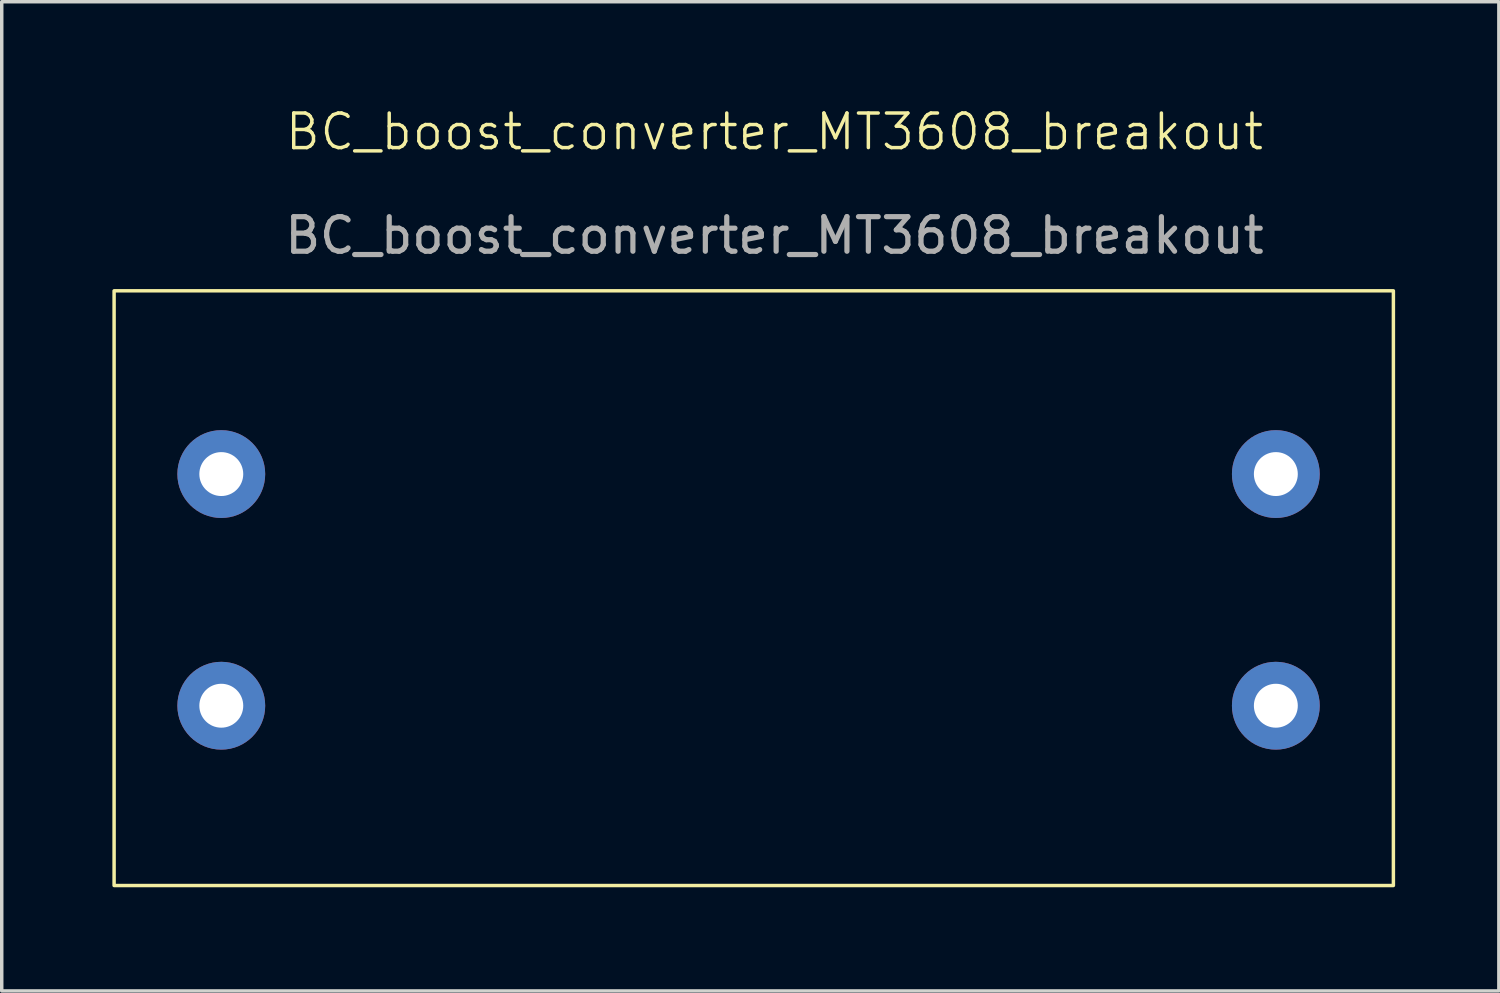
<source format=kicad_pcb>
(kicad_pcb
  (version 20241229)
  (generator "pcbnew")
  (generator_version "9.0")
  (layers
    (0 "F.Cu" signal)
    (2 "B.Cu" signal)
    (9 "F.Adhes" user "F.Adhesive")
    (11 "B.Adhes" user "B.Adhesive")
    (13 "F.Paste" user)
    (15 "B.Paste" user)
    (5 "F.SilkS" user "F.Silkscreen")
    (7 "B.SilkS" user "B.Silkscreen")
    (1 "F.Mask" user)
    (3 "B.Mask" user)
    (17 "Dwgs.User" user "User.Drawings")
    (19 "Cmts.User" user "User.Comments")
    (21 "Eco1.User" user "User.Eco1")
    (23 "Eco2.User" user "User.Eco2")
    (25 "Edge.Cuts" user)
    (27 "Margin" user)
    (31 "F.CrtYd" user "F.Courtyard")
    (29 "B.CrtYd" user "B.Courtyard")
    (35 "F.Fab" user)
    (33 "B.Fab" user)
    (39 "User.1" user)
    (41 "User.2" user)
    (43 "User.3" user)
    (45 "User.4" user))
  (footprint "BC_boost_converter_MT3608_breakout"
    (layer "F.Cu")
    (at 0.25 5.361)
    (property "Reference" "BC_boost_converter_MT3608_breakout" (at 19.1 -4.6 0) (unlocked yes) (layer "F.SilkS") (effects (font (size 1 1) (thickness 0.1))))
    (attr smd)
    (fp_rect (start 0 0) (end 37 17.2) (stroke (width 0.1) (type solid)) (fill no) (layer "F.SilkS"))
    (fp_text user "${REFERENCE}" (at 19.1 -1.6 0) (unlocked yes) (layer "F.Fab") (effects (font (size 1 1) (thickness 0.15))))
    (pad "VIN+" thru_hole circle (at 33.6 5.3) (size 2.54 2.54) (drill 1.27) (layers "*.Cu" "*.Mask"))
    (pad "VIN-" thru_hole circle (at 33.6 12) (size 2.54 2.54) (drill 1.27) (layers "*.Cu" "*.Mask"))
    (pad "VOUT+" thru_hole circle (at 3.1 5.3) (size 2.54 2.54) (drill 1.27) (layers "*.Cu" "*.Mask"))
    (pad "VOUT-" thru_hole circle (at 3.1 12) (size 2.54 2.54) (drill 1.27) (layers "*.Cu" "*.Mask")))
  (gr_rect
    (start -3 -3)
    (end 40.3 25.61)
    (stroke (width 0.1) (type default))
    (fill no)
    (layer "Edge.Cuts")))
</source>
